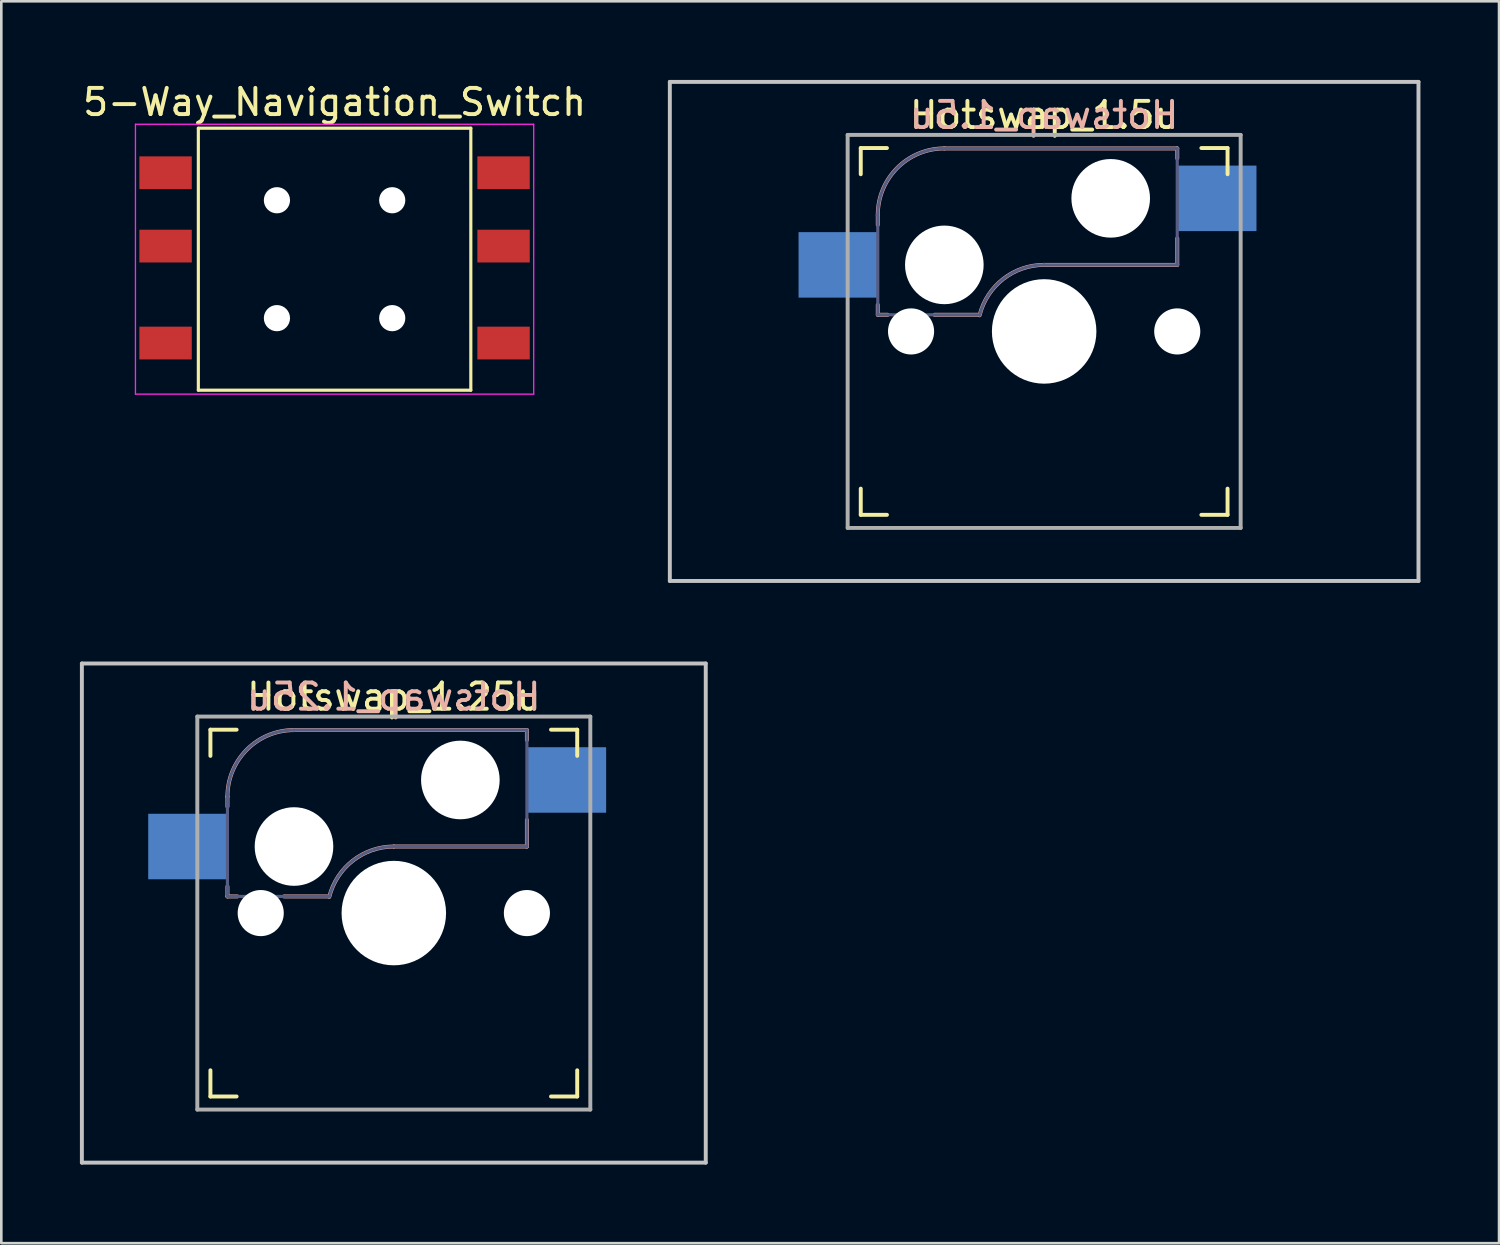
<source format=kicad_pcb>
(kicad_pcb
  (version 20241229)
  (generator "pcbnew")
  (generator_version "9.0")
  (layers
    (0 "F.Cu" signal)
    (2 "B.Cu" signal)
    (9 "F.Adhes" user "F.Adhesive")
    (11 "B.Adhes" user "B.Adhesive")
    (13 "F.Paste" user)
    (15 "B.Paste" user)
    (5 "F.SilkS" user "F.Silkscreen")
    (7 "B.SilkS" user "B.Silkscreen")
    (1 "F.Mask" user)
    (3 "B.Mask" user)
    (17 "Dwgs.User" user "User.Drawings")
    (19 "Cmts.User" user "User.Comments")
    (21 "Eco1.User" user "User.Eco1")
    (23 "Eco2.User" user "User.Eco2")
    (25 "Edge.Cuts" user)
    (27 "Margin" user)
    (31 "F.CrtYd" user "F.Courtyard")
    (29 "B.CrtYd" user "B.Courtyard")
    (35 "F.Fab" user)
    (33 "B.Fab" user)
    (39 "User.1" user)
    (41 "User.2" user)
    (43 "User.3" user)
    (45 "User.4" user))
  (footprint "5-Way_Navigation_Switch"
    (layer "F.Cu")
    (at 9.72 6.843)
    (property "Reference" "5-Way_Navigation_Switch" (at 0 -5.994 0) (layer "F.SilkS") (effects (font (size 1 1) (thickness 0.15))))
    (attr through_hole)
    (fp_line (start -5.2 -5) (end 5.2 -5) (stroke (width 0.12) (type solid)) (layer "F.SilkS"))
    (fp_line (start -5.2 5) (end -5.2 -5) (stroke (width 0.12) (type solid)) (layer "F.SilkS"))
    (fp_line (start -5.2 5) (end 5.2 5) (stroke (width 0.12) (type solid)) (layer "F.SilkS"))
    (fp_line (start 5.2 5) (end 5.2 -5) (stroke (width 0.12) (type solid)) (layer "F.SilkS"))
    (fp_line (start -7.6 -5.15) (end 7.6 -5.15) (stroke (width 0.05) (type solid)) (layer "F.CrtYd"))
    (fp_line (start -7.6 5.15) (end -7.6 -5.15) (stroke (width 0.05) (type solid)) (layer "F.CrtYd"))
    (fp_line (start 7.6 -5.15) (end 7.6 5.15) (stroke (width 0.05) (type solid)) (layer "F.CrtYd"))
    (fp_line (start 7.6 5.15) (end -7.6 5.15) (stroke (width 0.05) (type solid)) (layer "F.CrtYd"))
    (pad "" np_thru_hole circle (at -2.2 -2.25) (size 1 1) (drill 1) (layers "*.Cu" "*.Mask"))
    (pad "" np_thru_hole circle (at -2.2 2.25 180) (size 1 1) (drill 1) (layers "*.Cu" "*.Mask"))
    (pad "" np_thru_hole circle (at 2.2 -2.25) (size 1 1) (drill 1) (layers "*.Cu" "*.Mask"))
    (pad "" np_thru_hole circle (at 2.2 2.25 180) (size 1 1) (drill 1) (layers "*.Cu" "*.Mask"))
    (pad "Com" smd rect (at -6.45 -3.3) (size 2 1.25) (layers "F.Cu" "F.Mask" "F.Paste"))
    (pad "Down" smd rect (at 6.45 3.2) (size 2 1.25) (layers "F.Cu" "F.Mask" "F.Paste"))
    (pad "Left" smd rect (at -6.45 -0.5) (size 2 1.25) (layers "F.Cu" "F.Mask" "F.Paste"))
    (pad "Mid" smd rect (at -6.45 3.2) (size 2 1.25) (layers "F.Cu" "F.Mask" "F.Paste"))
    (pad "Rght" smd rect (at 6.45 -0.5) (size 2 1.25) (layers "F.Cu" "F.Mask" "F.Paste"))
    (pad "Up" smd rect (at 6.45 -3.3) (size 2 1.25) (layers "F.Cu" "F.Mask" "F.Paste")))
  (footprint "Hotswap_1.5u"
    (layer "F.Cu")
    (at 36.803 9.6)
    (property "Reference" "Hotswap_1.5u" (at 0 -8.255 0) (layer "F.SilkS") (effects (font (size 1 1) (thickness 0.15))))
    (attr through_hole)
    (fp_line (start -7 -6) (end -7 -7) (stroke (width 0.15) (type solid)) (layer "F.SilkS"))
    (fp_line (start -7 7) (end -7 6) (stroke (width 0.15) (type solid)) (layer "F.SilkS"))
    (fp_line (start -7 7) (end -6 7) (stroke (width 0.15) (type solid)) (layer "F.SilkS"))
    (fp_line (start -6 -7) (end -7 -7) (stroke (width 0.15) (type solid)) (layer "F.SilkS"))
    (fp_line (start 6 7) (end 7 7) (stroke (width 0.15) (type solid)) (layer "F.SilkS"))
    (fp_line (start 7 -7) (end 6 -7) (stroke (width 0.15) (type solid)) (layer "F.SilkS"))
    (fp_line (start 7 -7) (end 7 -6) (stroke (width 0.15) (type solid)) (layer "F.SilkS"))
    (fp_line (start 7 6) (end 7 7) (stroke (width 0.15) (type solid)) (layer "F.SilkS"))
    (fp_line (start -6.35 -4.445) (end -6.35 -4.064) (stroke (width 0.15) (type solid)) (layer "B.SilkS"))
    (fp_line (start -6.35 -1.016) (end -6.35 -0.635) (stroke (width 0.15) (type solid)) (layer "B.SilkS"))
    (fp_line (start -6.35 -0.635) (end -5.969 -0.635) (stroke (width 0.15) (type solid)) (layer "B.SilkS"))
    (fp_line (start -4.191 -0.635) (end -2.54 -0.635) (stroke (width 0.15) (type solid)) (layer "B.SilkS"))
    (fp_line (start 0 -2.54) (end 5.08 -2.54) (stroke (width 0.15) (type solid)) (layer "B.SilkS"))
    (fp_line (start 5.08 -6.985) (end -3.81 -6.985) (stroke (width 0.15) (type solid)) (layer "B.SilkS"))
    (fp_line (start 5.08 -6.604) (end 5.08 -6.985) (stroke (width 0.15) (type solid)) (layer "B.SilkS"))
    (fp_line (start 5.08 -2.54) (end 5.08 -3.556) (stroke (width 0.15) (type solid)) (layer "B.SilkS"))
    (fp_arc (start -6.35 -4.445) (mid -5.606051 -6.241051) (end -3.81 -6.985) (stroke (width 0.15) (type solid)) (layer "B.SilkS"))
    (fp_arc (start -2.464162 -0.61604) (mid -1.563147 -2.002042) (end 0 -2.54) (stroke (width 0.15) (type solid)) (layer "B.SilkS"))
    (fp_line (start -14.287 -9.525) (end 14.287 -9.525) (stroke (width 0.15) (type solid)) (layer "Dwgs.User"))
    (fp_line (start -14.287 9.525) (end -14.287 -9.525) (stroke (width 0.15) (type solid)) (layer "Dwgs.User"))
    (fp_line (start -14.287 9.525) (end 14.287 9.525) (stroke (width 0.15) (type solid)) (layer "Dwgs.User"))
    (fp_line (start 14.287 -9.525) (end 14.287 9.525) (stroke (width 0.15) (type solid)) (layer "Dwgs.User"))
    (fp_line (start -6.9 6.9) (end -6.9 -6.9) (stroke (width 0.15) (type solid)) (layer "Eco2.User"))
    (fp_line (start -6.9 6.9) (end 6.9 6.9) (stroke (width 0.15) (type solid)) (layer "Eco2.User"))
    (fp_line (start 6.9 -6.9) (end -6.9 -6.9) (stroke (width 0.15) (type solid)) (layer "Eco2.User"))
    (fp_line (start 6.9 -6.9) (end 6.9 6.9) (stroke (width 0.15) (type solid)) (layer "Eco2.User"))
    (fp_line (start -6.35 -4.445) (end -6.35 -0.635) (stroke (width 0.12) (type solid)) (layer "B.Fab"))
    (fp_line (start -6.35 -0.635) (end -2.54 -0.635) (stroke (width 0.12) (type solid)) (layer "B.Fab"))
    (fp_line (start 0 -2.54) (end 5.08 -2.54) (stroke (width 0.12) (type solid)) (layer "B.Fab"))
    (fp_line (start 5.08 -6.985) (end -3.81 -6.985) (stroke (width 0.12) (type solid)) (layer "B.Fab"))
    (fp_line (start 5.08 -2.54) (end 5.08 -6.985) (stroke (width 0.12) (type solid)) (layer "B.Fab"))
    (fp_arc (start -6.35 -4.445) (mid -5.606051 -6.241051) (end -3.81 -6.985) (stroke (width 0.12) (type solid)) (layer "B.Fab"))
    (fp_arc (start -2.464162 -0.61604) (mid -1.563147 -2.002042) (end 0 -2.54) (stroke (width 0.12) (type solid)) (layer "B.Fab"))
    (fp_line (start -7.5 -7.5) (end 7.5 -7.5) (stroke (width 0.15) (type solid)) (layer "F.Fab"))
    (fp_line (start -7.5 7.5) (end -7.5 -7.5) (stroke (width 0.15) (type solid)) (layer "F.Fab"))
    (fp_line (start 7.5 -7.5) (end 7.5 7.5) (stroke (width 0.15) (type solid)) (layer "F.Fab"))
    (fp_line (start 7.5 7.5) (end -7.5 7.5) (stroke (width 0.15) (type solid)) (layer "F.Fab"))
    (fp_text user "${REFERENCE}" (at 0 -8.255 0) (layer "B.SilkS") (effects (font (size 1 1) (thickness 0.15)) (justify mirror)))
    (pad "" np_thru_hole circle (at -5.08 0 180) (size 1.76 1.76) (drill 1.76) (layers "*.Cu" "*.Mask"))
    (pad "" np_thru_hole circle (at -3.81 -2.54 180) (size 3 3) (drill 3) (layers "*.Cu" "*.Mask"))
    (pad "" np_thru_hole circle (at 0 0 180) (size 3.988 3.988) (drill 3.988) (layers "*.Cu" "*.Mask"))
    (pad "" np_thru_hole circle (at 2.54 -5.08 180) (size 3 3) (drill 3) (layers "*.Cu" "*.Mask"))
    (pad "" np_thru_hole circle (at 5.08 0 180) (size 1.76 1.76) (drill 1.76) (layers "*.Cu" "*.Mask"))
    (pad "1" smd rect (at -7.874 -2.54 180) (size 3 2.5) (layers "B.Cu" "B.Mask" "B.Paste"))
    (pad "2" smd rect (at 6.604 -5.08 180) (size 3 2.5) (layers "B.Cu" "B.Mask" "B.Paste")))
  (footprint "Hotswap_1.25u"
    (layer "F.Cu")
    (at 11.981 31.8)
    (property "Reference" "Hotswap_1.25u" (at 0 -8.255 0) (layer "F.SilkS") (effects (font (size 1 1) (thickness 0.15))))
    (attr through_hole)
    (fp_line (start -7 -6) (end -7 -7) (stroke (width 0.15) (type solid)) (layer "F.SilkS"))
    (fp_line (start -7 7) (end -7 6) (stroke (width 0.15) (type solid)) (layer "F.SilkS"))
    (fp_line (start -7 7) (end -6 7) (stroke (width 0.15) (type solid)) (layer "F.SilkS"))
    (fp_line (start -6 -7) (end -7 -7) (stroke (width 0.15) (type solid)) (layer "F.SilkS"))
    (fp_line (start 6 7) (end 7 7) (stroke (width 0.15) (type solid)) (layer "F.SilkS"))
    (fp_line (start 7 -7) (end 6 -7) (stroke (width 0.15) (type solid)) (layer "F.SilkS"))
    (fp_line (start 7 -7) (end 7 -6) (stroke (width 0.15) (type solid)) (layer "F.SilkS"))
    (fp_line (start 7 6) (end 7 7) (stroke (width 0.15) (type solid)) (layer "F.SilkS"))
    (fp_line (start -6.35 -4.445) (end -6.35 -4.064) (stroke (width 0.15) (type solid)) (layer "B.SilkS"))
    (fp_line (start -6.35 -1.016) (end -6.35 -0.635) (stroke (width 0.15) (type solid)) (layer "B.SilkS"))
    (fp_line (start -6.35 -0.635) (end -5.969 -0.635) (stroke (width 0.15) (type solid)) (layer "B.SilkS"))
    (fp_line (start -4.191 -0.635) (end -2.54 -0.635) (stroke (width 0.15) (type solid)) (layer "B.SilkS"))
    (fp_line (start 0 -2.54) (end 5.08 -2.54) (stroke (width 0.15) (type solid)) (layer "B.SilkS"))
    (fp_line (start 5.08 -6.985) (end -3.81 -6.985) (stroke (width 0.15) (type solid)) (layer "B.SilkS"))
    (fp_line (start 5.08 -6.604) (end 5.08 -6.985) (stroke (width 0.15) (type solid)) (layer "B.SilkS"))
    (fp_line (start 5.08 -2.54) (end 5.08 -3.556) (stroke (width 0.15) (type solid)) (layer "B.SilkS"))
    (fp_arc (start -6.35 -4.445) (mid -5.606051 -6.241051) (end -3.81 -6.985) (stroke (width 0.15) (type solid)) (layer "B.SilkS"))
    (fp_arc (start -2.464162 -0.61604) (mid -1.563147 -2.002042) (end 0 -2.54) (stroke (width 0.15) (type solid)) (layer "B.SilkS"))
    (fp_line (start -11.906 -9.525) (end 11.906 -9.525) (stroke (width 0.15) (type solid)) (layer "Dwgs.User"))
    (fp_line (start -11.906 9.525) (end -11.906 -9.525) (stroke (width 0.15) (type solid)) (layer "Dwgs.User"))
    (fp_line (start -11.906 9.525) (end 11.906 9.525) (stroke (width 0.15) (type solid)) (layer "Dwgs.User"))
    (fp_line (start 11.906 -9.525) (end 11.906 9.525) (stroke (width 0.15) (type solid)) (layer "Dwgs.User"))
    (fp_line (start -6.9 6.9) (end -6.9 -6.9) (stroke (width 0.15) (type solid)) (layer "Eco2.User"))
    (fp_line (start -6.9 6.9) (end 6.9 6.9) (stroke (width 0.15) (type solid)) (layer "Eco2.User"))
    (fp_line (start 6.9 -6.9) (end -6.9 -6.9) (stroke (width 0.15) (type solid)) (layer "Eco2.User"))
    (fp_line (start 6.9 -6.9) (end 6.9 6.9) (stroke (width 0.15) (type solid)) (layer "Eco2.User"))
    (fp_line (start -6.35 -4.445) (end -6.35 -0.635) (stroke (width 0.12) (type solid)) (layer "B.Fab"))
    (fp_line (start -6.35 -0.635) (end -2.54 -0.635) (stroke (width 0.12) (type solid)) (layer "B.Fab"))
    (fp_line (start 0 -2.54) (end 5.08 -2.54) (stroke (width 0.12) (type solid)) (layer "B.Fab"))
    (fp_line (start 5.08 -6.985) (end -3.81 -6.985) (stroke (width 0.12) (type solid)) (layer "B.Fab"))
    (fp_line (start 5.08 -2.54) (end 5.08 -6.985) (stroke (width 0.12) (type solid)) (layer "B.Fab"))
    (fp_arc (start -6.35 -4.445) (mid -5.606051 -6.241051) (end -3.81 -6.985) (stroke (width 0.12) (type solid)) (layer "B.Fab"))
    (fp_arc (start -2.464162 -0.61604) (mid -1.563147 -2.002042) (end 0 -2.54) (stroke (width 0.12) (type solid)) (layer "B.Fab"))
    (fp_line (start -7.5 -7.5) (end 7.5 -7.5) (stroke (width 0.15) (type solid)) (layer "F.Fab"))
    (fp_line (start -7.5 7.5) (end -7.5 -7.5) (stroke (width 0.15) (type solid)) (layer "F.Fab"))
    (fp_line (start 7.5 -7.5) (end 7.5 7.5) (stroke (width 0.15) (type solid)) (layer "F.Fab"))
    (fp_line (start 7.5 7.5) (end -7.5 7.5) (stroke (width 0.15) (type solid)) (layer "F.Fab"))
    (fp_text user "${REFERENCE}" (at 0 -8.255 0) (layer "B.SilkS") (effects (font (size 1 1) (thickness 0.15)) (justify mirror)))
    (pad "" np_thru_hole circle (at -5.08 0 180) (size 1.76 1.76) (drill 1.76) (layers "*.Cu" "*.Mask"))
    (pad "" np_thru_hole circle (at -3.81 -2.54 180) (size 3 3) (drill 3) (layers "*.Cu" "*.Mask"))
    (pad "" np_thru_hole circle (at 0 0 180) (size 3.988 3.988) (drill 3.988) (layers "*.Cu" "*.Mask"))
    (pad "" np_thru_hole circle (at 2.54 -5.08 180) (size 3 3) (drill 3) (layers "*.Cu" "*.Mask"))
    (pad "" np_thru_hole circle (at 5.08 0 180) (size 1.76 1.76) (drill 1.76) (layers "*.Cu" "*.Mask"))
    (pad "1" smd rect (at -7.874 -2.54 180) (size 3 2.5) (layers "B.Cu" "B.Mask" "B.Paste"))
    (pad "2" smd rect (at 6.604 -5.08 180) (size 3 2.5) (layers "B.Cu" "B.Mask" "B.Paste")))
  (gr_rect
    (start -3 -3)
    (end 54.165 44.4)
    (stroke (width 0.1) (type default))
    (fill no)
    (layer "Edge.Cuts")))
</source>
